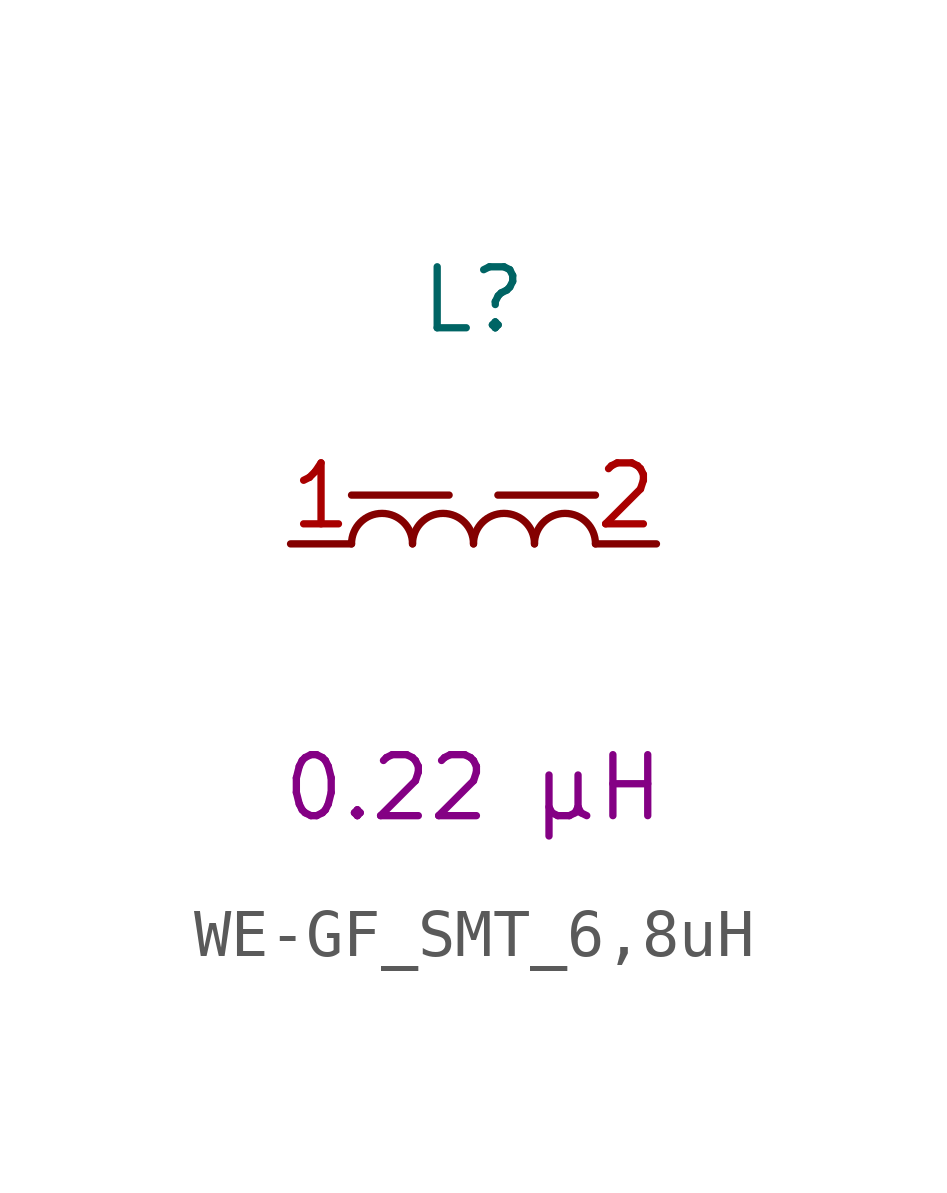
<source format=kicad_sym>
(kicad_symbol_lib
  (version 20241209)
  (generator "kicad_symbol_editor")
  (generator_version "9.0")
  (symbol "WE-GF_SMT_6,8uH"
    (pin_names
      (hide yes))
    (property "Reference" "L"
      (at 0 5.08 0)
      (effects (font (size 1.27 1.27))))
    (property "Critical Parameter" "0.22 µH"
      (at 0 -5.08 0)
      (effects (font (size 1.27 1.27))))
    (symbol "WE-GF_SMT_6,8uH_0_1"
      (polyline (pts (xy -2.54 1.016) (xy -0.508 1.016)) (stroke (width 0) (type default)) (fill (type none)))
      (arc (start -2.54 0) (mid -1.905 0.6323) (end -1.27 0) (stroke (width 0) (type default)) (fill (type none)))
      (arc (start -1.27 0) (mid -0.635 0.6323) (end 0 0) (stroke (width 0) (type default)) (fill (type none)))
      (arc (start 0 0) (mid 0.635 0.6323) (end 1.27 0) (stroke (width 0) (type default)) (fill (type none)))
      (arc (start 1.27 0) (mid 1.905 0.6323) (end 2.54 0) (stroke (width 0) (type default)) (fill (type none))))
    (symbol "WE-GF_SMT_6,8uH_1_1"
      (polyline (pts (xy 2.54 1.016) (xy 0.508 1.016)) (stroke (width 0) (type default)) (fill (type none)))
      (pin passive line (at -3.81 0 0) (length 1.27) (name "1" (effects (font (size 1.27 1.27)))) (number "1" (effects (font (size 1.27 1.27)))))
      (pin passive line (at 3.81 0 180) (length 1.27) (name "2" (effects (font (size 1.27 1.27)))) (number "2" (effects (font (size 1.27 1.27))))))))
</source>
